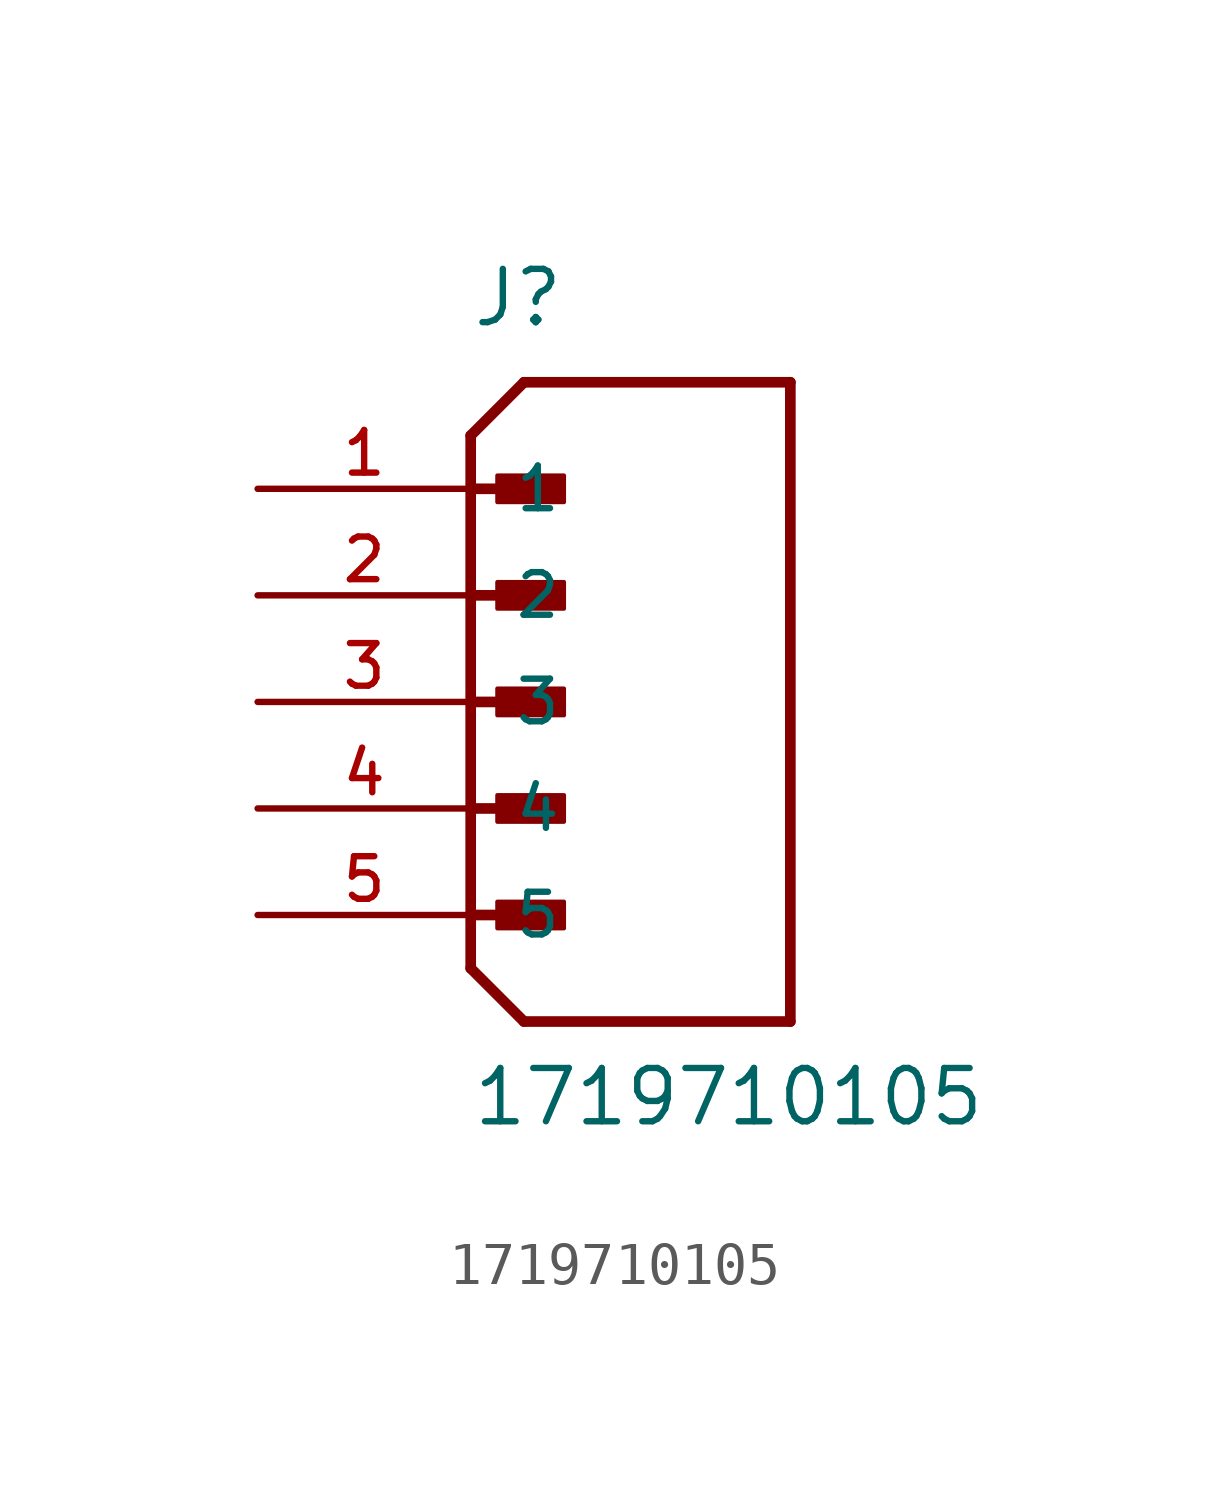
<source format=kicad_sym>
(kicad_symbol_lib
  (version 20211014)
  (generator kicad_symbol_editor)
  (symbol "1719710105"
    (pin_names
      (offset 1.016))
    (property "Reference" "J"
      (at 0.0 8.89 0)
      (effects (font (size 1.27 1.27)) (justify bottom left)))
    (property "Value" "1719710105"
      (at 0.0 -10.16 0)
      (effects (font (size 1.27 1.27)) (justify bottom left)))
    (symbol "1719710105_0_0"
      (polyline (pts (xy 0.0 6.35) (xy 1.27 7.62)) (stroke (width 0.254)))
      (polyline (pts (xy 0.0 6.35) (xy 0.0 5.08)) (stroke (width 0.254)))
      (polyline (pts (xy 0.0 5.08) (xy 0.0 -6.35)) (stroke (width 0.254)))
      (polyline (pts (xy 0.0 -6.35) (xy 1.27 -7.62)) (stroke (width 0.254)))
      (polyline (pts (xy 1.27 -7.62) (xy 7.62 -7.62)) (stroke (width 0.254)))
      (polyline (pts (xy 7.62 -7.62) (xy 7.62 7.62)) (stroke (width 0.254)))
      (polyline (pts (xy 7.62 7.62) (xy 1.27 7.62)) (stroke (width 0.254)))
      (polyline (pts (xy 0.0 5.08) (xy 1.905 5.08)) (stroke (width 0.254)))
      (rectangle (start 0.635 4.763) (end 2.223 5.397) (stroke (width 0.1)) (fill (type outline)))
      (polyline (pts (xy 0.0 2.54) (xy 1.905 2.54)) (stroke (width 0.254)))
      (rectangle (start 0.635 2.223) (end 2.223 2.857) (stroke (width 0.1)) (fill (type outline)))
      (polyline (pts (xy 0.0 0.0) (xy 1.905 0.0)) (stroke (width 0.254)))
      (rectangle (start 0.635 -0.318) (end 2.223 0.318) (stroke (width 0.1)) (fill (type outline)))
      (polyline (pts (xy 0.0 -2.54) (xy 1.905 -2.54)) (stroke (width 0.254)))
      (rectangle (start 0.635 -2.857) (end 2.223 -2.223) (stroke (width 0.1)) (fill (type outline)))
      (polyline (pts (xy 0.0 -5.08) (xy 1.905 -5.08)) (stroke (width 0.254)))
      (rectangle (start 0.635 -5.397) (end 2.223 -4.763) (stroke (width 0.1)) (fill (type outline)))
      (pin passive line (at -5.08 5.08 0) (length 5.08) (name "1" (effects (font (size 1.016 1.016)))) (number "1" (effects (font (size 1.016 1.016)))))
      (pin passive line (at -5.08 2.54 0) (length 5.08) (name "2" (effects (font (size 1.016 1.016)))) (number "2" (effects (font (size 1.016 1.016)))))
      (pin passive line (at -5.08 0.0 0) (length 5.08) (name "3" (effects (font (size 1.016 1.016)))) (number "3" (effects (font (size 1.016 1.016)))))
      (pin passive line (at -5.08 -2.54 0) (length 5.08) (name "4" (effects (font (size 1.016 1.016)))) (number "4" (effects (font (size 1.016 1.016)))))
      (pin passive line (at -5.08 -5.08 0) (length 5.08) (name "5" (effects (font (size 1.016 1.016)))) (number "5" (effects (font (size 1.016 1.016))))))))
</source>
